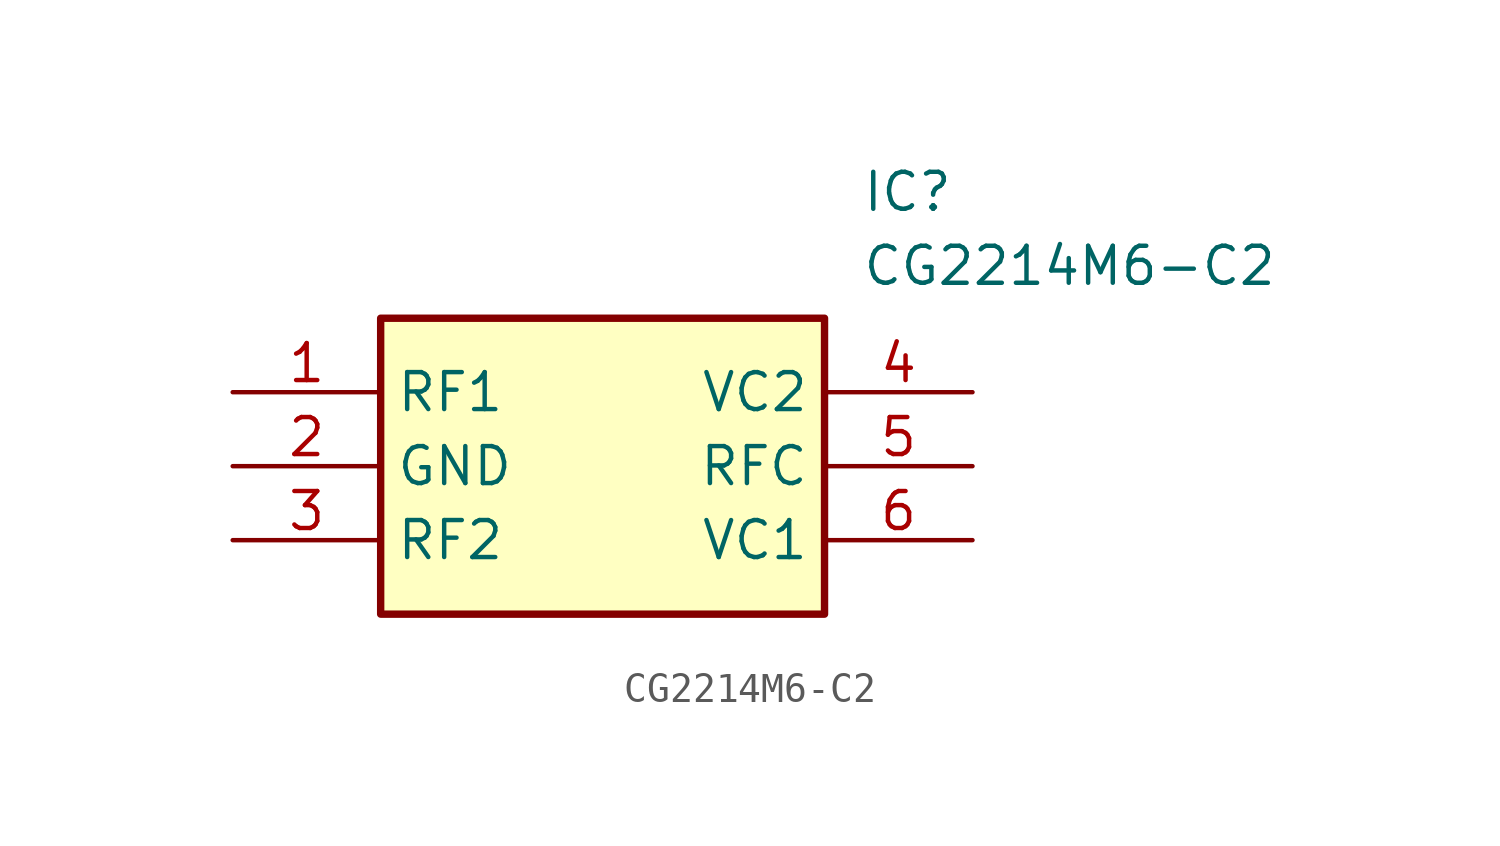
<source format=kicad_sym>
(kicad_symbol_lib
  (version 20211014)
  (generator SamacSys_ECAD_Model)
  (symbol "CG2214M6-C2"
    (property "Reference" "IC"
      (at 21.59 7.62 0)
      (effects (font (size 1.27 1.27)) (justify left top)))
    (property "Value" "CG2214M6-C2"
      (at 21.59 5.08 0)
      (effects (font (size 1.27 1.27)) (justify left top)))
    (rectangle
      (start 5.08 2.54)
      (end 20.32 -7.62)
      (stroke (width 0.254) (type default))
      (fill (type background)))
    (pin passive line
      (at 0 0 0)
      (length 5.08)
      (name "RF1" (effects (font (size 1.27 1.27))))
      (number "1" (effects (font (size 1.27 1.27)))))
    (pin passive line
      (at 0 -2.54 0)
      (length 5.08)
      (name "GND" (effects (font (size 1.27 1.27))))
      (number "2" (effects (font (size 1.27 1.27)))))
    (pin passive line
      (at 0 -5.08 0)
      (length 5.08)
      (name "RF2" (effects (font (size 1.27 1.27))))
      (number "3" (effects (font (size 1.27 1.27)))))
    (pin passive line
      (at 25.4 0 180)
      (length 5.08)
      (name "VC2" (effects (font (size 1.27 1.27))))
      (number "4" (effects (font (size 1.27 1.27)))))
    (pin passive line
      (at 25.4 -2.54 180)
      (length 5.08)
      (name "RFC" (effects (font (size 1.27 1.27))))
      (number "5" (effects (font (size 1.27 1.27)))))
    (pin passive line
      (at 25.4 -5.08 180)
      (length 5.08)
      (name "VC1" (effects (font (size 1.27 1.27))))
      (number "6" (effects (font (size 1.27 1.27)))))))
</source>
